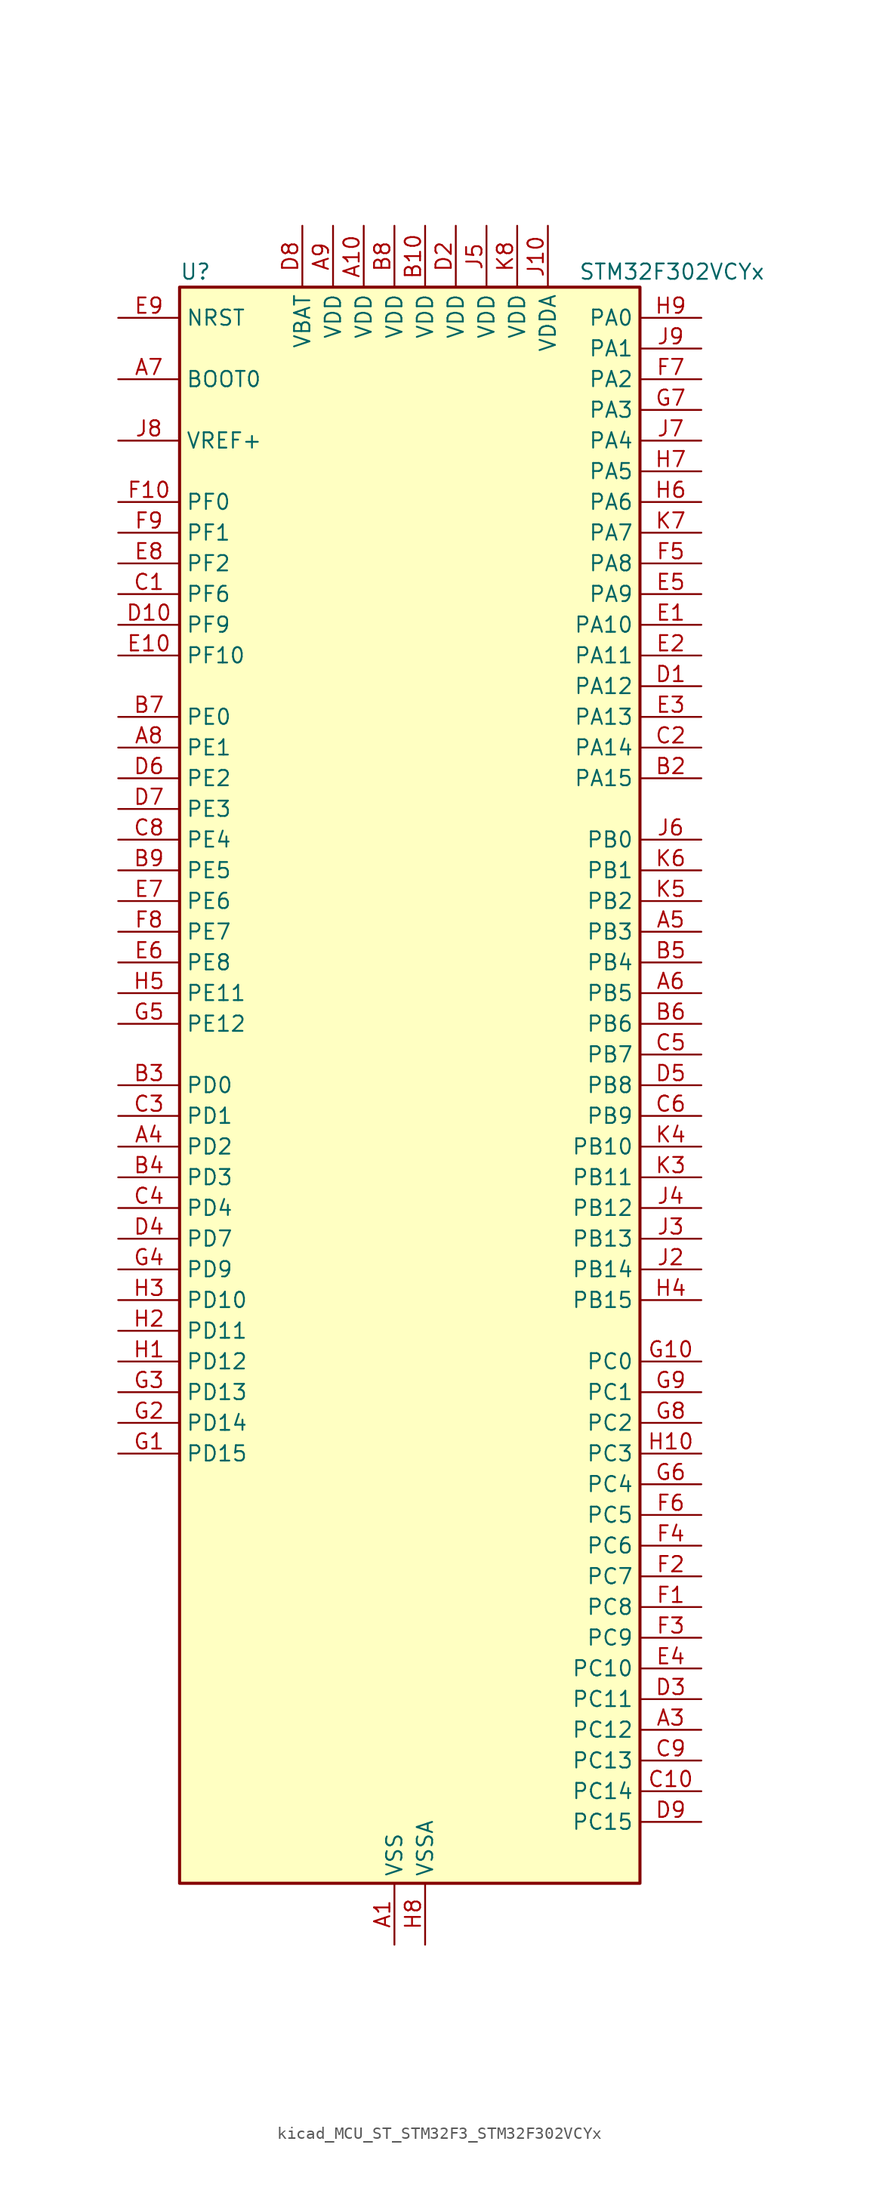
<source format=kicad_sym>
(kicad_symbol_lib
  (version 20220914)
  (generator kicad_symbol_editor)
  (symbol "kicad_MCU_ST_STM32F3_STM32F302VCYx"
    (property "Reference" "U"
      (at -17.78 67.31 0)
      (effects (font (size 1.27 1.27)) (justify left)))
    (property "Value" "STM32F302VCYx"
      (at 15.24 67.31 0)
      (effects (font (size 1.27 1.27)) (justify left)))
    (property "ki_locked" ""
      (at 0 0 0)
      (effects (font (size 1.27 1.27))))
    (symbol "kicad_MCU_ST_STM32F3_STM32F302VCYx_0_1"
      (rectangle (start -17.78 -66.04) (end 20.32 66.04) (stroke (width 0.254) (type default)) (fill (type background))))
    (symbol "kicad_MCU_ST_STM32F3_STM32F302VCYx_1_1"
      (pin power_in line (at 0 -71.12 90) (length 5.08) (name "VSS" (effects (font (size 1.27 1.27)))) (number "A1" (effects (font (size 1.27 1.27)))))
      (pin power_in line (at -2.54 71.12 270) (length 5.08) (name "VDD" (effects (font (size 1.27 1.27)))) (number "A10" (effects (font (size 1.27 1.27)))))
      (pin passive line (at 0 -71.12 90) (length 5.08) hide (name "VSS" (effects (font (size 1.27 1.27)))) (number "A2" (effects (font (size 1.27 1.27)))))
      (pin bidirectional line (at 25.4 -53.34 180) (length 5.08) (name "PC12" (effects (font (size 1.27 1.27)))) (number "A3" (effects (font (size 1.27 1.27)))) (alternate "I2S3_SD" bidirectional line) (alternate "SPI3_MOSI" bidirectional line) (alternate "UART5_TX" bidirectional line) (alternate "USART3_CK" bidirectional line))
      (pin bidirectional line (at -22.86 -5.08 0) (length 5.08) (name "PD2" (effects (font (size 1.27 1.27)))) (number "A4" (effects (font (size 1.27 1.27)))) (alternate "TIM3_ETR" bidirectional line) (alternate "UART5_RX" bidirectional line))
      (pin bidirectional line (at 25.4 12.7 180) (length 5.08) (name "PB3" (effects (font (size 1.27 1.27)))) (number "A5" (effects (font (size 1.27 1.27)))) (alternate "I2S3_CK" bidirectional line) (alternate "SPI1_SCK" bidirectional line) (alternate "SPI3_SCK" bidirectional line) (alternate "SYS_JTDO-TRACESWO" bidirectional line) (alternate "TIM2_CH2" bidirectional line) (alternate "TIM3_ETR" bidirectional line) (alternate "TIM4_ETR" bidirectional line) (alternate "TSC_G5_IO1" bidirectional line) (alternate "USART2_TX" bidirectional line))
      (pin bidirectional line (at 25.4 7.62 180) (length 5.08) (name "PB5" (effects (font (size 1.27 1.27)))) (number "A6" (effects (font (size 1.27 1.27)))) (alternate "I2C1_SMBA" bidirectional line) (alternate "I2S3_SD" bidirectional line) (alternate "SPI1_MOSI" bidirectional line) (alternate "SPI3_MOSI" bidirectional line) (alternate "TIM16_BKIN" bidirectional line) (alternate "TIM17_CH1" bidirectional line) (alternate "TIM3_CH2" bidirectional line) (alternate "USART2_CK" bidirectional line))
      (pin input line (at -22.86 58.42 0) (length 5.08) (name "BOOT0" (effects (font (size 1.27 1.27)))) (number "A7" (effects (font (size 1.27 1.27)))))
      (pin bidirectional line (at -22.86 27.94 0) (length 5.08) (name "PE1" (effects (font (size 1.27 1.27)))) (number "A8" (effects (font (size 1.27 1.27)))) (alternate "TIM17_CH1" bidirectional line) (alternate "USART1_RX" bidirectional line))
      (pin power_in line (at -5.08 71.12 270) (length 5.08) (name "VDD" (effects (font (size 1.27 1.27)))) (number "A9" (effects (font (size 1.27 1.27)))))
      (pin passive line (at 0 -71.12 90) (length 5.08) hide (name "VSS" (effects (font (size 1.27 1.27)))) (number "B1" (effects (font (size 1.27 1.27)))))
      (pin power_in line (at 2.54 71.12 270) (length 5.08) (name "VDD" (effects (font (size 1.27 1.27)))) (number "B10" (effects (font (size 1.27 1.27)))))
      (pin bidirectional line (at 25.4 25.4 180) (length 5.08) (name "PA15" (effects (font (size 1.27 1.27)))) (number "B2" (effects (font (size 1.27 1.27)))) (alternate "ADC1_EXTI15" bidirectional line) (alternate "ADC2_EXTI15" bidirectional line) (alternate "I2C1_SCL" bidirectional line) (alternate "I2S3_WS" bidirectional line) (alternate "SPI1_NSS" bidirectional line) (alternate "SPI3_NSS" bidirectional line) (alternate "SYS_JTDI" bidirectional line) (alternate "TIM1_BKIN" bidirectional line) (alternate "TIM2_CH1" bidirectional line) (alternate "TIM2_ETR" bidirectional line) (alternate "USART2_RX" bidirectional line))
      (pin bidirectional line (at -22.86 0 0) (length 5.08) (name "PD0" (effects (font (size 1.27 1.27)))) (number "B3" (effects (font (size 1.27 1.27)))) (alternate "CAN_RX" bidirectional line))
      (pin bidirectional line (at -22.86 -7.62 0) (length 5.08) (name "PD3" (effects (font (size 1.27 1.27)))) (number "B4" (effects (font (size 1.27 1.27)))) (alternate "TIM2_CH1" bidirectional line) (alternate "TIM2_ETR" bidirectional line) (alternate "USART2_CTS" bidirectional line))
      (pin bidirectional line (at 25.4 10.16 180) (length 5.08) (name "PB4" (effects (font (size 1.27 1.27)))) (number "B5" (effects (font (size 1.27 1.27)))) (alternate "I2S3_ext_SD" bidirectional line) (alternate "SPI1_MISO" bidirectional line) (alternate "SPI3_MISO" bidirectional line) (alternate "SYS_NJTRST" bidirectional line) (alternate "TIM16_CH1" bidirectional line) (alternate "TIM17_BKIN" bidirectional line) (alternate "TIM3_CH1" bidirectional line) (alternate "TSC_G5_IO2" bidirectional line) (alternate "USART2_RX" bidirectional line))
      (pin bidirectional line (at 25.4 5.08 180) (length 5.08) (name "PB6" (effects (font (size 1.27 1.27)))) (number "B6" (effects (font (size 1.27 1.27)))) (alternate "I2C1_SCL" bidirectional line) (alternate "TIM16_CH1N" bidirectional line) (alternate "TIM4_CH1" bidirectional line) (alternate "TSC_G5_IO3" bidirectional line) (alternate "USART1_TX" bidirectional line))
      (pin bidirectional line (at -22.86 30.48 0) (length 5.08) (name "PE0" (effects (font (size 1.27 1.27)))) (number "B7" (effects (font (size 1.27 1.27)))) (alternate "TIM16_CH1" bidirectional line) (alternate "TIM4_ETR" bidirectional line) (alternate "USART1_TX" bidirectional line))
      (pin power_in line (at 0 71.12 270) (length 5.08) (name "VDD" (effects (font (size 1.27 1.27)))) (number "B8" (effects (font (size 1.27 1.27)))))
      (pin bidirectional line (at -22.86 17.78 0) (length 5.08) (name "PE5" (effects (font (size 1.27 1.27)))) (number "B9" (effects (font (size 1.27 1.27)))) (alternate "SYS_TRACED2" bidirectional line) (alternate "TIM3_CH4" bidirectional line) (alternate "TSC_G7_IO4" bidirectional line))
      (pin bidirectional line (at -22.86 40.64 0) (length 5.08) (name "PF6" (effects (font (size 1.27 1.27)))) (number "C1" (effects (font (size 1.27 1.27)))) (alternate "I2C2_SCL" bidirectional line) (alternate "TIM4_CH4" bidirectional line) (alternate "USART3_DE" bidirectional line) (alternate "USART3_RTS" bidirectional line))
      (pin bidirectional line (at 25.4 -58.42 180) (length 5.08) (name "PC14" (effects (font (size 1.27 1.27)))) (number "C10" (effects (font (size 1.27 1.27)))) (alternate "RCC_OSC32_IN" bidirectional line))
      (pin bidirectional line (at 25.4 27.94 180) (length 5.08) (name "PA14" (effects (font (size 1.27 1.27)))) (number "C2" (effects (font (size 1.27 1.27)))) (alternate "I2C1_SDA" bidirectional line) (alternate "SYS_JTCK-SWCLK" bidirectional line) (alternate "TIM1_BKIN" bidirectional line) (alternate "TSC_G4_IO4" bidirectional line) (alternate "USART2_TX" bidirectional line))
      (pin bidirectional line (at -22.86 -2.54 0) (length 5.08) (name "PD1" (effects (font (size 1.27 1.27)))) (number "C3" (effects (font (size 1.27 1.27)))) (alternate "CAN_TX" bidirectional line))
      (pin bidirectional line (at -22.86 -10.16 0) (length 5.08) (name "PD4" (effects (font (size 1.27 1.27)))) (number "C4" (effects (font (size 1.27 1.27)))) (alternate "TIM2_CH2" bidirectional line) (alternate "USART2_DE" bidirectional line) (alternate "USART2_RTS" bidirectional line))
      (pin bidirectional line (at 25.4 2.54 180) (length 5.08) (name "PB7" (effects (font (size 1.27 1.27)))) (number "C5" (effects (font (size 1.27 1.27)))) (alternate "I2C1_SDA" bidirectional line) (alternate "TIM17_CH1N" bidirectional line) (alternate "TIM3_CH4" bidirectional line) (alternate "TIM4_CH2" bidirectional line) (alternate "TSC_G5_IO4" bidirectional line) (alternate "USART1_RX" bidirectional line))
      (pin bidirectional line (at 25.4 -2.54 180) (length 5.08) (name "PB9" (effects (font (size 1.27 1.27)))) (number "C6" (effects (font (size 1.27 1.27)))) (alternate "CAN_TX" bidirectional line) (alternate "COMP2_OUT" bidirectional line) (alternate "DAC_EXTI9" bidirectional line) (alternate "I2C1_SDA" bidirectional line) (alternate "IR_OUT" bidirectional line) (alternate "TIM17_CH1" bidirectional line) (alternate "TIM4_CH4" bidirectional line))
      (pin passive line (at 0 -71.12 90) (length 5.08) hide (name "VSS" (effects (font (size 1.27 1.27)))) (number "C7" (effects (font (size 1.27 1.27)))))
      (pin bidirectional line (at -22.86 20.32 0) (length 5.08) (name "PE4" (effects (font (size 1.27 1.27)))) (number "C8" (effects (font (size 1.27 1.27)))) (alternate "SYS_TRACED1" bidirectional line) (alternate "TIM3_CH3" bidirectional line) (alternate "TSC_G7_IO3" bidirectional line))
      (pin bidirectional line (at 25.4 -55.88 180) (length 5.08) (name "PC13" (effects (font (size 1.27 1.27)))) (number "C9" (effects (font (size 1.27 1.27)))) (alternate "RTC_OUT_ALARM" bidirectional line) (alternate "RTC_OUT_CALIB" bidirectional line) (alternate "RTC_TAMP1" bidirectional line) (alternate "RTC_TS" bidirectional line) (alternate "SYS_WKUP2" bidirectional line) (alternate "TIM1_CH1N" bidirectional line))
      (pin bidirectional line (at 25.4 33.02 180) (length 5.08) (name "PA12" (effects (font (size 1.27 1.27)))) (number "D1" (effects (font (size 1.27 1.27)))) (alternate "CAN_TX" bidirectional line) (alternate "COMP2_OUT" bidirectional line) (alternate "TIM16_CH1" bidirectional line) (alternate "TIM1_CH2N" bidirectional line) (alternate "TIM1_ETR" bidirectional line) (alternate "TIM4_CH2" bidirectional line) (alternate "USART1_DE" bidirectional line) (alternate "USART1_RTS" bidirectional line) (alternate "USB_DP" bidirectional line))
      (pin bidirectional line (at -22.86 38.1 0) (length 5.08) (name "PF9" (effects (font (size 1.27 1.27)))) (number "D10" (effects (font (size 1.27 1.27)))) (alternate "DAC_EXTI9" bidirectional line) (alternate "SPI2_SCK" bidirectional line) (alternate "TIM15_CH1" bidirectional line))
      (pin power_in line (at 5.08 71.12 270) (length 5.08) (name "VDD" (effects (font (size 1.27 1.27)))) (number "D2" (effects (font (size 1.27 1.27)))))
      (pin bidirectional line (at 25.4 -50.8 180) (length 5.08) (name "PC11" (effects (font (size 1.27 1.27)))) (number "D3" (effects (font (size 1.27 1.27)))) (alternate "ADC1_EXTI11" bidirectional line) (alternate "ADC2_EXTI11" bidirectional line) (alternate "I2S3_ext_SD" bidirectional line) (alternate "SPI3_MISO" bidirectional line) (alternate "UART4_RX" bidirectional line) (alternate "USART3_RX" bidirectional line))
      (pin bidirectional line (at -22.86 -12.7 0) (length 5.08) (name "PD7" (effects (font (size 1.27 1.27)))) (number "D4" (effects (font (size 1.27 1.27)))) (alternate "TIM2_CH3" bidirectional line) (alternate "USART2_CK" bidirectional line))
      (pin bidirectional line (at 25.4 0 180) (length 5.08) (name "PB8" (effects (font (size 1.27 1.27)))) (number "D5" (effects (font (size 1.27 1.27)))) (alternate "CAN_RX" bidirectional line) (alternate "COMP1_OUT" bidirectional line) (alternate "I2C1_SCL" bidirectional line) (alternate "TIM16_CH1" bidirectional line) (alternate "TIM1_BKIN" bidirectional line) (alternate "TIM4_CH3" bidirectional line) (alternate "TSC_SYNC" bidirectional line))
      (pin bidirectional line (at -22.86 25.4 0) (length 5.08) (name "PE2" (effects (font (size 1.27 1.27)))) (number "D6" (effects (font (size 1.27 1.27)))) (alternate "SYS_TRACECK" bidirectional line) (alternate "TIM3_CH1" bidirectional line) (alternate "TSC_G7_IO1" bidirectional line))
      (pin bidirectional line (at -22.86 22.86 0) (length 5.08) (name "PE3" (effects (font (size 1.27 1.27)))) (number "D7" (effects (font (size 1.27 1.27)))) (alternate "SYS_TRACED0" bidirectional line) (alternate "TIM3_CH2" bidirectional line) (alternate "TSC_G7_IO2" bidirectional line))
      (pin power_in line (at -7.62 71.12 270) (length 5.08) (name "VBAT" (effects (font (size 1.27 1.27)))) (number "D8" (effects (font (size 1.27 1.27)))))
      (pin bidirectional line (at 25.4 -60.96 180) (length 5.08) (name "PC15" (effects (font (size 1.27 1.27)))) (number "D9" (effects (font (size 1.27 1.27)))) (alternate "ADC1_EXTI15" bidirectional line) (alternate "ADC2_EXTI15" bidirectional line) (alternate "RCC_OSC32_OUT" bidirectional line))
      (pin bidirectional line (at 25.4 38.1 180) (length 5.08) (name "PA10" (effects (font (size 1.27 1.27)))) (number "E1" (effects (font (size 1.27 1.27)))) (alternate "COMP6_OUT" bidirectional line) (alternate "I2C2_SDA" bidirectional line) (alternate "TIM17_BKIN" bidirectional line) (alternate "TIM1_CH3" bidirectional line) (alternate "TIM2_CH4" bidirectional line) (alternate "TSC_G4_IO2" bidirectional line) (alternate "USART1_RX" bidirectional line))
      (pin bidirectional line (at -22.86 35.56 0) (length 5.08) (name "PF10" (effects (font (size 1.27 1.27)))) (number "E10" (effects (font (size 1.27 1.27)))) (alternate "SPI2_SCK" bidirectional line) (alternate "TIM15_CH2" bidirectional line))
      (pin bidirectional line (at 25.4 35.56 180) (length 5.08) (name "PA11" (effects (font (size 1.27 1.27)))) (number "E2" (effects (font (size 1.27 1.27)))) (alternate "ADC1_EXTI11" bidirectional line) (alternate "ADC2_EXTI11" bidirectional line) (alternate "CAN_RX" bidirectional line) (alternate "COMP1_OUT" bidirectional line) (alternate "TIM1_BKIN2" bidirectional line) (alternate "TIM1_CH1N" bidirectional line) (alternate "TIM1_CH4" bidirectional line) (alternate "TIM4_CH1" bidirectional line) (alternate "USART1_CTS" bidirectional line) (alternate "USB_DM" bidirectional line))
      (pin bidirectional line (at 25.4 30.48 180) (length 5.08) (name "PA13" (effects (font (size 1.27 1.27)))) (number "E3" (effects (font (size 1.27 1.27)))) (alternate "IR_OUT" bidirectional line) (alternate "SYS_JTMS-SWDIO" bidirectional line) (alternate "TIM16_CH1N" bidirectional line) (alternate "TIM4_CH3" bidirectional line) (alternate "TSC_G4_IO3" bidirectional line) (alternate "USART3_CTS" bidirectional line))
      (pin bidirectional line (at 25.4 -48.26 180) (length 5.08) (name "PC10" (effects (font (size 1.27 1.27)))) (number "E4" (effects (font (size 1.27 1.27)))) (alternate "I2S3_CK" bidirectional line) (alternate "SPI3_SCK" bidirectional line) (alternate "UART4_TX" bidirectional line) (alternate "USART3_TX" bidirectional line))
      (pin bidirectional line (at 25.4 40.64 180) (length 5.08) (name "PA9" (effects (font (size 1.27 1.27)))) (number "E5" (effects (font (size 1.27 1.27)))) (alternate "DAC_EXTI9" bidirectional line) (alternate "I2C2_SCL" bidirectional line) (alternate "I2S3_MCK" bidirectional line) (alternate "TIM15_BKIN" bidirectional line) (alternate "TIM1_CH2" bidirectional line) (alternate "TIM2_CH3" bidirectional line) (alternate "TSC_G4_IO1" bidirectional line) (alternate "USART1_TX" bidirectional line))
      (pin bidirectional line (at -22.86 10.16 0) (length 5.08) (name "PE8" (effects (font (size 1.27 1.27)))) (number "E6" (effects (font (size 1.27 1.27)))) (alternate "COMP4_INM" bidirectional line) (alternate "TIM1_CH1N" bidirectional line))
      (pin bidirectional line (at -22.86 15.24 0) (length 5.08) (name "PE6" (effects (font (size 1.27 1.27)))) (number "E7" (effects (font (size 1.27 1.27)))) (alternate "RTC_TAMP3" bidirectional line) (alternate "SYS_TRACED3" bidirectional line) (alternate "SYS_WKUP3" bidirectional line))
      (pin bidirectional line (at -22.86 43.18 0) (length 5.08) (name "PF2" (effects (font (size 1.27 1.27)))) (number "E8" (effects (font (size 1.27 1.27)))) (alternate "ADC1_IN10" bidirectional line) (alternate "ADC2_IN10" bidirectional line))
      (pin input line (at -22.86 63.5 0) (length 5.08) (name "NRST" (effects (font (size 1.27 1.27)))) (number "E9" (effects (font (size 1.27 1.27)))))
      (pin bidirectional line (at 25.4 -43.18 180) (length 5.08) (name "PC8" (effects (font (size 1.27 1.27)))) (number "F1" (effects (font (size 1.27 1.27)))) (alternate "TIM3_CH3" bidirectional line))
      (pin bidirectional line (at -22.86 48.26 0) (length 5.08) (name "PF0" (effects (font (size 1.27 1.27)))) (number "F10" (effects (font (size 1.27 1.27)))) (alternate "I2C2_SDA" bidirectional line) (alternate "RCC_OSC_IN" bidirectional line) (alternate "TIM1_CH3N" bidirectional line))
      (pin bidirectional line (at 25.4 -40.64 180) (length 5.08) (name "PC7" (effects (font (size 1.27 1.27)))) (number "F2" (effects (font (size 1.27 1.27)))) (alternate "I2S3_MCK" bidirectional line) (alternate "TIM3_CH2" bidirectional line))
      (pin bidirectional line (at 25.4 -45.72 180) (length 5.08) (name "PC9" (effects (font (size 1.27 1.27)))) (number "F3" (effects (font (size 1.27 1.27)))) (alternate "DAC_EXTI9" bidirectional line) (alternate "I2S_CKIN" bidirectional line) (alternate "TIM3_CH4" bidirectional line))
      (pin bidirectional line (at 25.4 -38.1 180) (length 5.08) (name "PC6" (effects (font (size 1.27 1.27)))) (number "F4" (effects (font (size 1.27 1.27)))) (alternate "COMP6_OUT" bidirectional line) (alternate "I2S2_MCK" bidirectional line) (alternate "TIM3_CH1" bidirectional line))
      (pin bidirectional line (at 25.4 43.18 180) (length 5.08) (name "PA8" (effects (font (size 1.27 1.27)))) (number "F5" (effects (font (size 1.27 1.27)))) (alternate "I2C2_SMBA" bidirectional line) (alternate "I2S2_MCK" bidirectional line) (alternate "RCC_MCO" bidirectional line) (alternate "TIM1_CH1" bidirectional line) (alternate "TIM4_ETR" bidirectional line) (alternate "USART1_CK" bidirectional line))
      (pin bidirectional line (at 25.4 -35.56 180) (length 5.08) (name "PC5" (effects (font (size 1.27 1.27)))) (number "F6" (effects (font (size 1.27 1.27)))) (alternate "ADC2_IN11" bidirectional line) (alternate "OPAMP1_VINM" bidirectional line) (alternate "OPAMP1_VINM_SEC" bidirectional line) (alternate "OPAMP2_VINM" bidirectional line) (alternate "OPAMP2_VINM_SEC" bidirectional line) (alternate "TSC_G3_IO1" bidirectional line) (alternate "USART1_RX" bidirectional line))
      (pin bidirectional line (at 25.4 58.42 180) (length 5.08) (name "PA2" (effects (font (size 1.27 1.27)))) (number "F7" (effects (font (size 1.27 1.27)))) (alternate "ADC1_IN3" bidirectional line) (alternate "COMP2_INM" bidirectional line) (alternate "COMP2_OUT" bidirectional line) (alternate "OPAMP1_VOUT" bidirectional line) (alternate "TIM15_CH1" bidirectional line) (alternate "TIM2_CH3" bidirectional line) (alternate "TSC_G1_IO3" bidirectional line) (alternate "USART2_TX" bidirectional line))
      (pin bidirectional line (at -22.86 12.7 0) (length 5.08) (name "PE7" (effects (font (size 1.27 1.27)))) (number "F8" (effects (font (size 1.27 1.27)))) (alternate "COMP4_INP" bidirectional line) (alternate "TIM1_ETR" bidirectional line))
      (pin bidirectional line (at -22.86 45.72 0) (length 5.08) (name "PF1" (effects (font (size 1.27 1.27)))) (number "F9" (effects (font (size 1.27 1.27)))) (alternate "I2C2_SCL" bidirectional line) (alternate "RCC_OSC_OUT" bidirectional line))
      (pin bidirectional line (at -22.86 -30.48 0) (length 5.08) (name "PD15" (effects (font (size 1.27 1.27)))) (number "G1" (effects (font (size 1.27 1.27)))) (alternate "ADC1_EXTI15" bidirectional line) (alternate "ADC2_EXTI15" bidirectional line) (alternate "SPI2_NSS" bidirectional line) (alternate "TIM4_CH4" bidirectional line) (alternate "TSC_G8_IO4" bidirectional line))
      (pin bidirectional line (at 25.4 -22.86 180) (length 5.08) (name "PC0" (effects (font (size 1.27 1.27)))) (number "G10" (effects (font (size 1.27 1.27)))) (alternate "ADC1_IN6" bidirectional line) (alternate "ADC2_IN6" bidirectional line))
      (pin bidirectional line (at -22.86 -27.94 0) (length 5.08) (name "PD14" (effects (font (size 1.27 1.27)))) (number "G2" (effects (font (size 1.27 1.27)))) (alternate "OPAMP2_VINP" bidirectional line) (alternate "OPAMP2_VINP_SEC" bidirectional line) (alternate "TIM4_CH3" bidirectional line) (alternate "TSC_G8_IO3" bidirectional line))
      (pin bidirectional line (at -22.86 -25.4 0) (length 5.08) (name "PD13" (effects (font (size 1.27 1.27)))) (number "G3" (effects (font (size 1.27 1.27)))) (alternate "TIM4_CH2" bidirectional line) (alternate "TSC_G8_IO2" bidirectional line))
      (pin bidirectional line (at -22.86 -15.24 0) (length 5.08) (name "PD9" (effects (font (size 1.27 1.27)))) (number "G4" (effects (font (size 1.27 1.27)))) (alternate "DAC_EXTI9" bidirectional line) (alternate "USART3_RX" bidirectional line))
      (pin bidirectional line (at -22.86 5.08 0) (length 5.08) (name "PE12" (effects (font (size 1.27 1.27)))) (number "G5" (effects (font (size 1.27 1.27)))) (alternate "TIM1_CH3N" bidirectional line))
      (pin bidirectional line (at 25.4 -33.02 180) (length 5.08) (name "PC4" (effects (font (size 1.27 1.27)))) (number "G6" (effects (font (size 1.27 1.27)))) (alternate "ADC2_IN5" bidirectional line) (alternate "USART1_TX" bidirectional line))
      (pin bidirectional line (at 25.4 55.88 180) (length 5.08) (name "PA3" (effects (font (size 1.27 1.27)))) (number "G7" (effects (font (size 1.27 1.27)))) (alternate "ADC1_IN4" bidirectional line) (alternate "COMP2_INP" bidirectional line) (alternate "OPAMP1_VINM" bidirectional line) (alternate "OPAMP1_VINM_SEC" bidirectional line) (alternate "OPAMP1_VINP" bidirectional line) (alternate "OPAMP1_VINP_SEC" bidirectional line) (alternate "TIM15_CH2" bidirectional line) (alternate "TIM2_CH4" bidirectional line) (alternate "TSC_G1_IO4" bidirectional line) (alternate "USART2_RX" bidirectional line))
      (pin bidirectional line (at 25.4 -27.94 180) (length 5.08) (name "PC2" (effects (font (size 1.27 1.27)))) (number "G8" (effects (font (size 1.27 1.27)))) (alternate "ADC1_IN8" bidirectional line) (alternate "ADC2_IN8" bidirectional line))
      (pin bidirectional line (at 25.4 -25.4 180) (length 5.08) (name "PC1" (effects (font (size 1.27 1.27)))) (number "G9" (effects (font (size 1.27 1.27)))) (alternate "ADC1_IN7" bidirectional line) (alternate "ADC2_IN7" bidirectional line))
      (pin bidirectional line (at -22.86 -22.86 0) (length 5.08) (name "PD12" (effects (font (size 1.27 1.27)))) (number "H1" (effects (font (size 1.27 1.27)))) (alternate "TIM4_CH1" bidirectional line) (alternate "TSC_G8_IO1" bidirectional line) (alternate "USART3_DE" bidirectional line) (alternate "USART3_RTS" bidirectional line))
      (pin bidirectional line (at 25.4 -30.48 180) (length 5.08) (name "PC3" (effects (font (size 1.27 1.27)))) (number "H10" (effects (font (size 1.27 1.27)))) (alternate "ADC1_IN9" bidirectional line) (alternate "ADC2_IN9" bidirectional line) (alternate "TIM1_BKIN2" bidirectional line))
      (pin bidirectional line (at -22.86 -20.32 0) (length 5.08) (name "PD11" (effects (font (size 1.27 1.27)))) (number "H2" (effects (font (size 1.27 1.27)))) (alternate "ADC1_EXTI11" bidirectional line) (alternate "ADC2_EXTI11" bidirectional line) (alternate "COMP6_INP" bidirectional line) (alternate "USART3_CTS" bidirectional line))
      (pin bidirectional line (at -22.86 -17.78 0) (length 5.08) (name "PD10" (effects (font (size 1.27 1.27)))) (number "H3" (effects (font (size 1.27 1.27)))) (alternate "COMP6_INM" bidirectional line) (alternate "USART3_CK" bidirectional line))
      (pin bidirectional line (at 25.4 -17.78 180) (length 5.08) (name "PB15" (effects (font (size 1.27 1.27)))) (number "H4" (effects (font (size 1.27 1.27)))) (alternate "ADC1_EXTI15" bidirectional line) (alternate "ADC2_EXTI15" bidirectional line) (alternate "COMP6_INM" bidirectional line) (alternate "I2S2_SD" bidirectional line) (alternate "RTC_REFIN" bidirectional line) (alternate "SPI2_MOSI" bidirectional line) (alternate "TIM15_CH1N" bidirectional line) (alternate "TIM15_CH2" bidirectional line) (alternate "TIM1_CH3N" bidirectional line))
      (pin bidirectional line (at -22.86 7.62 0) (length 5.08) (name "PE11" (effects (font (size 1.27 1.27)))) (number "H5" (effects (font (size 1.27 1.27)))) (alternate "ADC1_EXTI11" bidirectional line) (alternate "ADC2_EXTI11" bidirectional line) (alternate "TIM1_CH2" bidirectional line))
      (pin bidirectional line (at 25.4 48.26 180) (length 5.08) (name "PA6" (effects (font (size 1.27 1.27)))) (number "H6" (effects (font (size 1.27 1.27)))) (alternate "ADC2_IN3" bidirectional line) (alternate "COMP1_OUT" bidirectional line) (alternate "OPAMP2_VOUT" bidirectional line) (alternate "SPI1_MISO" bidirectional line) (alternate "TIM16_CH1" bidirectional line) (alternate "TIM1_BKIN" bidirectional line) (alternate "TIM3_CH1" bidirectional line) (alternate "TSC_G2_IO3" bidirectional line))
      (pin bidirectional line (at 25.4 50.8 180) (length 5.08) (name "PA5" (effects (font (size 1.27 1.27)))) (number "H7" (effects (font (size 1.27 1.27)))) (alternate "ADC2_IN2" bidirectional line) (alternate "COMP1_INM" bidirectional line) (alternate "COMP2_INM" bidirectional line) (alternate "COMP4_INM" bidirectional line) (alternate "COMP6_INM" bidirectional line) (alternate "OPAMP1_VINP" bidirectional line) (alternate "OPAMP1_VINP_SEC" bidirectional line) (alternate "OPAMP2_VINM" bidirectional line) (alternate "OPAMP2_VINM_SEC" bidirectional line) (alternate "SPI1_SCK" bidirectional line) (alternate "TIM2_CH1" bidirectional line) (alternate "TIM2_ETR" bidirectional line) (alternate "TSC_G2_IO2" bidirectional line))
      (pin power_in line (at 2.54 -71.12 90) (length 5.08) (name "VSSA" (effects (font (size 1.27 1.27)))) (number "H8" (effects (font (size 1.27 1.27)))))
      (pin bidirectional line (at 25.4 63.5 180) (length 5.08) (name "PA0" (effects (font (size 1.27 1.27)))) (number "H9" (effects (font (size 1.27 1.27)))) (alternate "ADC1_IN1" bidirectional line) (alternate "COMP1_INM" bidirectional line) (alternate "COMP1_OUT" bidirectional line) (alternate "RTC_TAMP2" bidirectional line) (alternate "SYS_WKUP1" bidirectional line) (alternate "TIM2_CH1" bidirectional line) (alternate "TIM2_ETR" bidirectional line) (alternate "TSC_G1_IO1" bidirectional line) (alternate "USART2_CTS" bidirectional line))
      (pin passive line (at 0 -71.12 90) (length 5.08) hide (name "VSS" (effects (font (size 1.27 1.27)))) (number "J1" (effects (font (size 1.27 1.27)))))
      (pin power_in line (at 12.7 71.12 270) (length 5.08) (name "VDDA" (effects (font (size 1.27 1.27)))) (number "J10" (effects (font (size 1.27 1.27)))))
      (pin bidirectional line (at 25.4 -15.24 180) (length 5.08) (name "PB14" (effects (font (size 1.27 1.27)))) (number "J2" (effects (font (size 1.27 1.27)))) (alternate "I2S2_ext_SD" bidirectional line) (alternate "OPAMP2_VINP" bidirectional line) (alternate "OPAMP2_VINP_SEC" bidirectional line) (alternate "SPI2_MISO" bidirectional line) (alternate "TIM15_CH1" bidirectional line) (alternate "TIM1_CH2N" bidirectional line) (alternate "TSC_G6_IO4" bidirectional line) (alternate "USART3_DE" bidirectional line) (alternate "USART3_RTS" bidirectional line))
      (pin bidirectional line (at 25.4 -12.7 180) (length 5.08) (name "PB13" (effects (font (size 1.27 1.27)))) (number "J3" (effects (font (size 1.27 1.27)))) (alternate "I2S2_CK" bidirectional line) (alternate "SPI2_SCK" bidirectional line) (alternate "TIM1_CH1N" bidirectional line) (alternate "TSC_G6_IO3" bidirectional line) (alternate "USART3_CTS" bidirectional line))
      (pin bidirectional line (at 25.4 -10.16 180) (length 5.08) (name "PB12" (effects (font (size 1.27 1.27)))) (number "J4" (effects (font (size 1.27 1.27)))) (alternate "I2C2_SMBA" bidirectional line) (alternate "I2S2_WS" bidirectional line) (alternate "SPI2_NSS" bidirectional line) (alternate "TIM1_BKIN" bidirectional line) (alternate "TSC_G6_IO2" bidirectional line) (alternate "USART3_CK" bidirectional line))
      (pin power_in line (at 7.62 71.12 270) (length 5.08) (name "VDD" (effects (font (size 1.27 1.27)))) (number "J5" (effects (font (size 1.27 1.27)))))
      (pin bidirectional line (at 25.4 20.32 180) (length 5.08) (name "PB0" (effects (font (size 1.27 1.27)))) (number "J6" (effects (font (size 1.27 1.27)))) (alternate "COMP4_INP" bidirectional line) (alternate "OPAMP2_VINP" bidirectional line) (alternate "OPAMP2_VINP_SEC" bidirectional line) (alternate "TIM1_CH2N" bidirectional line) (alternate "TIM3_CH3" bidirectional line) (alternate "TSC_G3_IO2" bidirectional line))
      (pin bidirectional line (at 25.4 53.34 180) (length 5.08) (name "PA4" (effects (font (size 1.27 1.27)))) (number "J7" (effects (font (size 1.27 1.27)))) (alternate "ADC2_IN1" bidirectional line) (alternate "COMP1_INM" bidirectional line) (alternate "COMP2_INM" bidirectional line) (alternate "COMP4_INM" bidirectional line) (alternate "COMP6_INM" bidirectional line) (alternate "DAC_OUT1" bidirectional line) (alternate "I2S3_WS" bidirectional line) (alternate "SPI1_NSS" bidirectional line) (alternate "SPI3_NSS" bidirectional line) (alternate "TIM3_CH2" bidirectional line) (alternate "TSC_G2_IO1" bidirectional line) (alternate "USART2_CK" bidirectional line))
      (pin input line (at -22.86 53.34 0) (length 5.08) (name "VREF+" (effects (font (size 1.27 1.27)))) (number "J8" (effects (font (size 1.27 1.27)))))
      (pin bidirectional line (at 25.4 60.96 180) (length 5.08) (name "PA1" (effects (font (size 1.27 1.27)))) (number "J9" (effects (font (size 1.27 1.27)))) (alternate "ADC1_IN2" bidirectional line) (alternate "COMP1_INP" bidirectional line) (alternate "OPAMP1_VINP" bidirectional line) (alternate "OPAMP1_VINP_SEC" bidirectional line) (alternate "RTC_REFIN" bidirectional line) (alternate "TIM15_CH1N" bidirectional line) (alternate "TIM2_CH2" bidirectional line) (alternate "TSC_G1_IO2" bidirectional line) (alternate "USART2_DE" bidirectional line) (alternate "USART2_RTS" bidirectional line))
      (pin passive line (at 0 -71.12 90) (length 5.08) hide (name "VSS" (effects (font (size 1.27 1.27)))) (number "K1" (effects (font (size 1.27 1.27)))))
      (pin passive line (at 0 -71.12 90) (length 5.08) hide (name "VSS" (effects (font (size 1.27 1.27)))) (number "K10" (effects (font (size 1.27 1.27)))))
      (pin passive line (at 0 -71.12 90) (length 5.08) hide (name "VSS" (effects (font (size 1.27 1.27)))) (number "K2" (effects (font (size 1.27 1.27)))))
      (pin bidirectional line (at 25.4 -7.62 180) (length 5.08) (name "PB11" (effects (font (size 1.27 1.27)))) (number "K3" (effects (font (size 1.27 1.27)))) (alternate "ADC1_EXTI11" bidirectional line) (alternate "ADC2_EXTI11" bidirectional line) (alternate "COMP6_INP" bidirectional line) (alternate "TIM2_CH4" bidirectional line) (alternate "TSC_G6_IO1" bidirectional line) (alternate "USART3_RX" bidirectional line))
      (pin bidirectional line (at 25.4 -5.08 180) (length 5.08) (name "PB10" (effects (font (size 1.27 1.27)))) (number "K4" (effects (font (size 1.27 1.27)))) (alternate "TIM2_CH3" bidirectional line) (alternate "TSC_SYNC" bidirectional line) (alternate "USART3_TX" bidirectional line))
      (pin bidirectional line (at 25.4 15.24 180) (length 5.08) (name "PB2" (effects (font (size 1.27 1.27)))) (number "K5" (effects (font (size 1.27 1.27)))) (alternate "ADC2_IN12" bidirectional line) (alternate "COMP4_INM" bidirectional line) (alternate "TSC_G3_IO4" bidirectional line))
      (pin bidirectional line (at 25.4 17.78 180) (length 5.08) (name "PB1" (effects (font (size 1.27 1.27)))) (number "K6" (effects (font (size 1.27 1.27)))) (alternate "COMP4_OUT" bidirectional line) (alternate "TIM1_CH3N" bidirectional line) (alternate "TIM3_CH4" bidirectional line) (alternate "TSC_G3_IO3" bidirectional line))
      (pin bidirectional line (at 25.4 45.72 180) (length 5.08) (name "PA7" (effects (font (size 1.27 1.27)))) (number "K7" (effects (font (size 1.27 1.27)))) (alternate "ADC2_IN4" bidirectional line) (alternate "COMP2_INP" bidirectional line) (alternate "COMP2_OUT" bidirectional line) (alternate "OPAMP1_VINP" bidirectional line) (alternate "OPAMP1_VINP_SEC" bidirectional line) (alternate "OPAMP2_VINP" bidirectional line) (alternate "OPAMP2_VINP_SEC" bidirectional line) (alternate "SPI1_MOSI" bidirectional line) (alternate "TIM17_CH1" bidirectional line) (alternate "TIM1_CH1N" bidirectional line) (alternate "TIM3_CH2" bidirectional line) (alternate "TSC_G2_IO4" bidirectional line))
      (pin power_in line (at 10.16 71.12 270) (length 5.08) (name "VDD" (effects (font (size 1.27 1.27)))) (number "K8" (effects (font (size 1.27 1.27)))))
      (pin passive line (at 0 -71.12 90) (length 5.08) hide (name "VSS" (effects (font (size 1.27 1.27)))) (number "K9" (effects (font (size 1.27 1.27))))))))
</source>
